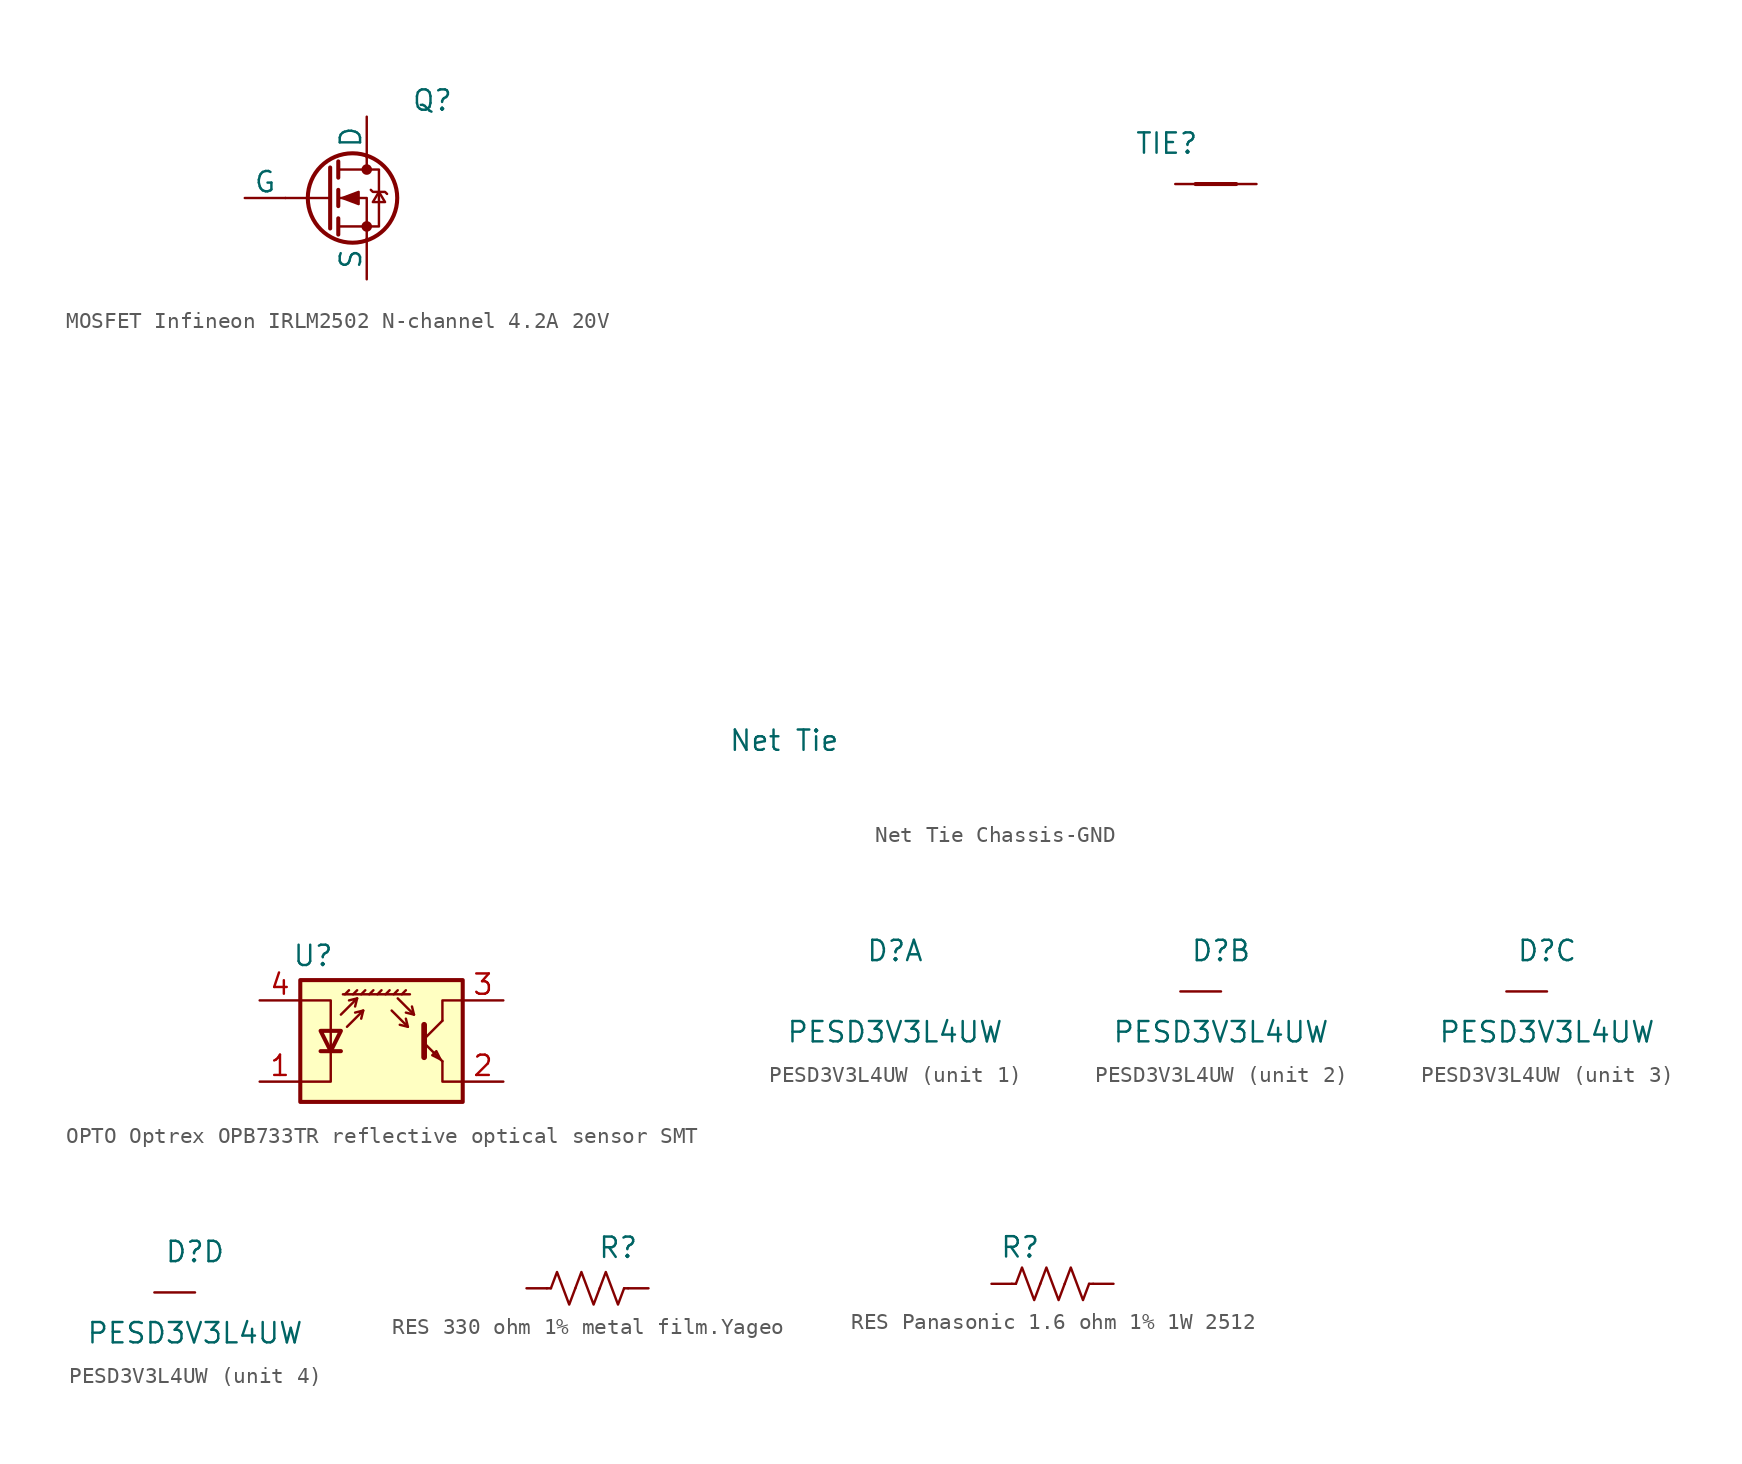
<source format=kicad_sym>
(kicad_symbol_lib
  (version 20241209)
  (generator "kicad_symbol_editor")
  (generator_version "9.0")
  (symbol "MOSFET Infineon IRLM2502 N-channel 4.2A 20V"
    (pin_numbers
      (hide yes))
    (pin_names
      (offset 0))
    (property "Reference" "Q"
      (at 2.794 6.096 0)
      (effects (font (size 1.27 1.27)) (justify left)))
    (symbol "MOSFET Infineon IRLM2502 N-channel 4.2A 20V_0_1"
      (polyline (pts (xy -2.286 1.905) (xy -2.286 -1.905)) (stroke (width 0.254) (type default)) (fill (type none)))
      (polyline (pts (xy -2.286 0) (xy -5.08 0)) (stroke (width 0) (type default)) (fill (type none)))
      (polyline (pts (xy -1.778 2.286) (xy -1.778 1.27)) (stroke (width 0.254) (type default)) (fill (type none)))
      (polyline (pts (xy -1.778 0.508) (xy -1.778 -0.508)) (stroke (width 0.254) (type default)) (fill (type none)))
      (polyline (pts (xy -1.778 -1.27) (xy -1.778 -2.286)) (stroke (width 0.254) (type default)) (fill (type none)))
      (polyline (pts (xy -1.778 -1.778) (xy 0.762 -1.778) (xy 0.762 1.778) (xy -1.778 1.778)) (stroke (width 0) (type default)) (fill (type none)))
      (polyline (pts (xy -1.524 0) (xy -0.508 0.381) (xy -0.508 -0.381) (xy -1.524 0)) (stroke (width 0) (type default)) (fill (type outline)))
      (circle (center -0.889 0) (radius 2.794) (stroke (width 0.254) (type default)) (fill (type none)))
      (polyline (pts (xy 0 2.54) (xy 0 1.778)) (stroke (width 0) (type default)) (fill (type none)))
      (circle (center 0 1.778) (radius 0.254) (stroke (width 0) (type default)) (fill (type outline)))
      (circle (center 0 -1.778) (radius 0.254) (stroke (width 0) (type default)) (fill (type outline)))
      (polyline (pts (xy 0 -2.54) (xy 0 0) (xy -1.778 0)) (stroke (width 0) (type default)) (fill (type none)))
      (polyline (pts (xy 0.254 0.508) (xy 0.381 0.381) (xy 1.143 0.381) (xy 1.27 0.254)) (stroke (width 0) (type default)) (fill (type none)))
      (polyline (pts (xy 0.762 0.381) (xy 0.381 -0.254) (xy 1.143 -0.254) (xy 0.762 0.381)) (stroke (width 0) (type default)) (fill (type none))))
    (symbol "MOSFET Infineon IRLM2502 N-channel 4.2A 20V_1_1"
      (pin input line (at -7.62 0 0) (length 2.54) (name "G" (effects (font (size 1.27 1.27)))) (number "1" (effects (font (size 1.27 1.27)))))
      (pin passive line (at 0 5.08 270) (length 2.54) (name "D" (effects (font (size 1.27 1.27)))) (number "3" (effects (font (size 1.27 1.27)))))
      (pin passive line (at 0 -5.08 90) (length 2.54) (name "S" (effects (font (size 1.27 1.27)))) (number "2" (effects (font (size 1.27 1.27)))))))
  (symbol "Net Tie Chassis-GND"
    (pin_numbers
      (hide yes))
    (pin_names
      (offset 0)
      (hide yes))
    (property "Reference" "TIE"
      (at -2.54 2.54 0)
      (effects (font (size 1.27 1.27)) (justify left)))
    (property "Value" "Net Tie"
      (at -27.94 -34.798 0)
      (effects (font (size 1.27 1.27)) (justify left)))
    (symbol "Net Tie Chassis-GND_0_1"
      (polyline (pts (xy 1.27 0) (xy 3.81 0)) (stroke (width 0.254) (type default)) (fill (type none))))
    (symbol "Net Tie Chassis-GND_1_1"
      (pin passive line (at 0 0 0) (length 2.54) (name "1" (effects (font (size 1.27 1.27)))) (number "1" (effects (font (size 1.27 1.27)))))
      (pin passive line (at 5.08 0 180) (length 2.54) (name "2" (effects (font (size 1.27 1.27)))) (number "2" (effects (font (size 1.27 1.27)))))))
  (symbol "OPTO Optrex OPB733TR reflective optical sensor SMT"
    (pin_names
      (offset 0.002)
      (hide yes))
    (property "Reference" "U"
      (at -5.588 5.334 0)
      (effects (font (size 1.27 1.27)) (justify left)))
    (symbol "OPTO Optrex OPB733TR reflective optical sensor SMT_0_1"
      (polyline (pts (xy -5.08 -2.54) (xy -3.175 -2.54) (xy -3.175 2.54) (xy -5.08 2.54)) (stroke (width 0) (type default)) (fill (type none)))
      (polyline (pts (xy -5.08 -3.81) (xy 5.08 -3.81) (xy 5.08 3.81) (xy -5.08 3.81) (xy -5.08 -3.81)) (stroke (width 0.254) (type default)) (fill (type background)))
      (polyline (pts (xy -3.81 -0.635) (xy -2.54 -0.635)) (stroke (width 0.254) (type default)) (fill (type none)))
      (polyline (pts (xy -3.175 -0.635) (xy -3.81 0.635) (xy -2.54 0.635) (xy -3.175 -0.635)) (stroke (width 0.254) (type default)) (fill (type none)))
      (polyline (pts (xy -2.54 1.651) (xy -1.524 2.667) (xy -2.032 2.54)) (stroke (width 0) (type default)) (fill (type none)))
      (polyline (pts (xy -2.286 2.921) (xy -2.032 3.175)) (stroke (width 0) (type default)) (fill (type none)))
      (polyline (pts (xy -2.159 0.889) (xy -1.143 1.905) (xy -1.651 1.778)) (stroke (width 0) (type default)) (fill (type none)))
      (polyline (pts (xy -1.778 2.921) (xy -1.524 3.175)) (stroke (width 0) (type default)) (fill (type none)))
      (polyline (pts (xy -1.524 2.667) (xy -1.651 2.159)) (stroke (width 0) (type default)) (fill (type none)))
      (polyline (pts (xy -1.27 2.921) (xy -1.016 3.175)) (stroke (width 0) (type default)) (fill (type none)))
      (polyline (pts (xy -1.143 1.905) (xy -1.27 1.397)) (stroke (width 0) (type default)) (fill (type none)))
      (polyline (pts (xy -0.762 2.921) (xy -0.508 3.175)) (stroke (width 0) (type default)) (fill (type none)))
      (polyline (pts (xy -0.254 2.921) (xy 0 3.175)) (stroke (width 0) (type default)) (fill (type none)))
      (polyline (pts (xy 0.254 2.921) (xy 0.508 3.175)) (stroke (width 0) (type default)) (fill (type none)))
      (polyline (pts (xy 0.635 1.905) (xy 1.651 0.889) (xy 1.524 1.397)) (stroke (width 0) (type default)) (fill (type none)))
      (polyline (pts (xy 0.762 2.921) (xy 1.016 3.175)) (stroke (width 0) (type default)) (fill (type none)))
      (polyline (pts (xy 1.016 2.667) (xy 2.032 1.651) (xy 1.905 2.159)) (stroke (width 0) (type default)) (fill (type none)))
      (polyline (pts (xy 1.27 2.921) (xy 1.524 3.175)) (stroke (width 0) (type default)) (fill (type none)))
      (polyline (pts (xy 1.651 0.889) (xy 1.143 1.016)) (stroke (width 0) (type default)) (fill (type none)))
      (polyline (pts (xy 1.778 2.921) (xy -2.413 2.921)) (stroke (width 0) (type default)) (fill (type none)))
      (polyline (pts (xy 2.032 1.651) (xy 1.524 1.778)) (stroke (width 0) (type default)) (fill (type none)))
      (polyline (pts (xy 2.667 1.016) (xy 2.667 -1.016) (xy 2.667 -1.016)) (stroke (width 0.356) (type default)) (fill (type none)))
      (polyline (pts (xy 2.667 0.127) (xy 3.81 1.27)) (stroke (width 0) (type default)) (fill (type none)))
      (polyline (pts (xy 2.667 -0.127) (xy 3.81 -1.27)) (stroke (width 0) (type default)) (fill (type none)))
      (polyline (pts (xy 3.683 -1.143) (xy 3.429 -0.635) (xy 3.175 -0.889) (xy 3.683 -1.143)) (stroke (width 0) (type default)) (fill (type none)))
      (polyline (pts (xy 3.81 1.27) (xy 3.81 2.54) (xy 5.08 2.54)) (stroke (width 0) (type default)) (fill (type none)))
      (polyline (pts (xy 3.81 -1.27) (xy 3.81 -2.54) (xy 5.08 -2.54)) (stroke (width 0) (type default)) (fill (type none))))
    (symbol "OPTO Optrex OPB733TR reflective optical sensor SMT_1_1"
      (pin passive line (at -7.62 2.54 0) (length 2.54) (name "A" (effects (font (size 1.27 1.27)))) (number "4" (effects (font (size 1.27 1.27)))))
      (pin passive line (at -7.62 -2.54 0) (length 2.54) (name "K" (effects (font (size 1.27 1.27)))) (number "1" (effects (font (size 1.27 1.27)))))
      (pin open_collector line (at 7.62 2.54 180) (length 2.54) (name "C" (effects (font (size 1.27 1.27)))) (number "3" (effects (font (size 1.27 1.27)))))
      (pin passive line (at 7.62 -2.54 180) (length 2.54) (name "E" (effects (font (size 1.27 1.27)))) (number "2" (effects (font (size 1.27 1.27)))))))
  (symbol "PESD3V3L4UW"
    (pin_numbers
      (hide yes))
    (pin_names
      (hide yes))
    (property "Reference" "D"
      (at 0 2.54 0)
      (effects (font (size 1.27 1.27))))
    (property "Value" "PESD3V3L4UW"
      (at 0 -2.54 0)
      (effects (font (size 1.27 1.27))))
    (property "ki_locked" ""
      (at 0 0 0)
      (effects (font (size 1.27 1.27))))
    (symbol "PESD3V3L4UW_2_1"
      (pin passive line (at -2.54 0 0) (length 2.54) (name "K2" (effects (font (size 1.27 1.27)))) (number "3" (effects (font (size 1.27 1.27))))))
    (symbol "PESD3V3L4UW_3_1"
      (pin passive line (at -2.54 0 0) (length 2.54) (name "K3" (effects (font (size 1.27 1.27)))) (number "4" (effects (font (size 1.27 1.27))))))
    (symbol "PESD3V3L4UW_4_1"
      (pin passive line (at -2.54 0 0) (length 2.54) (name "K4" (effects (font (size 1.27 1.27)))) (number "5" (effects (font (size 1.27 1.27)))))))
  (symbol "RES 330 ohm 1% metal film.Yageo"
    (pin_numbers
      (hide yes))
    (pin_names
      (offset 0))
    (property "Reference" "R"
      (at 0.635 2.54 0)
      (effects (font (size 1.27 1.27)) (justify left)))
    (symbol "RES 330 ohm 1% metal film.Yageo_0_1"
      (polyline (pts (xy -2.286 0) (xy -2.54 0)) (stroke (width 0) (type default)) (fill (type none)))
      (polyline (pts (xy -0.762 0) (xy -1.143 -1.016) (xy -1.524 0) (xy -1.905 1.016) (xy -2.286 0)) (stroke (width 0) (type default)) (fill (type none)))
      (polyline (pts (xy 0.762 0) (xy 0.381 -1.016) (xy 0 0) (xy -0.381 1.016) (xy -0.762 0)) (stroke (width 0) (type default)) (fill (type none)))
      (polyline (pts (xy 2.286 0) (xy 2.54 0)) (stroke (width 0) (type default)) (fill (type none)))
      (polyline (pts (xy 2.286 0) (xy 1.905 -1.016) (xy 1.524 0) (xy 1.143 1.016) (xy 0.762 0)) (stroke (width 0) (type default)) (fill (type none))))
    (symbol "RES 330 ohm 1% metal film.Yageo_1_1"
      (pin passive line (at -3.81 0 0) (length 1.27) (name "~" (effects (font (size 1.27 1.27)))) (number "2" (effects (font (size 1.27 1.27)))))
      (pin passive line (at 3.81 0 180) (length 1.27) (name "~" (effects (font (size 1.27 1.27)))) (number "1" (effects (font (size 1.27 1.27)))))))
  (symbol "RES Panasonic 1.6 ohm 1% 1W 2512"
    (pin_numbers
      (hide yes))
    (pin_names
      (offset 0))
    (property "Reference" "R"
      (at -3.302 2.286 0)
      (effects (font (size 1.27 1.27)) (justify left)))
    (symbol "RES Panasonic 1.6 ohm 1% 1W 2512_0_1"
      (polyline (pts (xy -2.286 0) (xy -2.54 0)) (stroke (width 0) (type default)) (fill (type none)))
      (polyline (pts (xy -0.762 0) (xy -1.143 -1.016) (xy -1.524 0) (xy -1.905 1.016) (xy -2.286 0)) (stroke (width 0) (type default)) (fill (type none)))
      (polyline (pts (xy 0.762 0) (xy 0.381 -1.016) (xy 0 0) (xy -0.381 1.016) (xy -0.762 0)) (stroke (width 0) (type default)) (fill (type none)))
      (polyline (pts (xy 2.286 0) (xy 2.54 0)) (stroke (width 0) (type default)) (fill (type none)))
      (polyline (pts (xy 2.286 0) (xy 1.905 -1.016) (xy 1.524 0) (xy 1.143 1.016) (xy 0.762 0)) (stroke (width 0) (type default)) (fill (type none))))
    (symbol "RES Panasonic 1.6 ohm 1% 1W 2512_1_1"
      (pin passive line (at -3.81 0 0) (length 1.27) (name "~" (effects (font (size 1.27 1.27)))) (number "2" (effects (font (size 1.27 1.27)))))
      (pin passive line (at 3.81 0 180) (length 1.27) (name "~" (effects (font (size 1.27 1.27)))) (number "1" (effects (font (size 1.27 1.27))))))))
</source>
